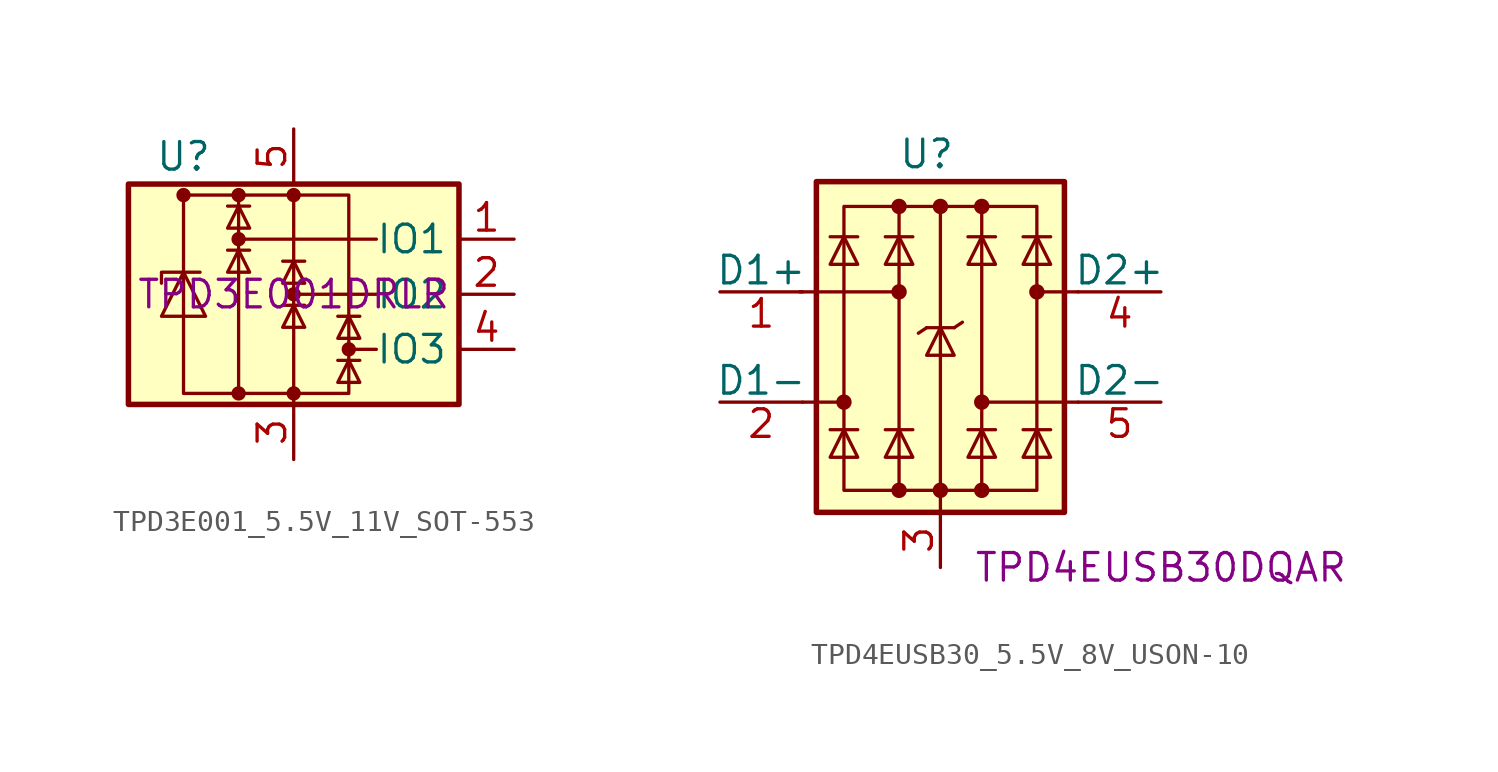
<source format=kicad_sym>
(kicad_symbol_lib
  (version 20211014)
  (generator kicad_symbol_editor)
  (symbol "TPD3E001_5.5V_11V_SOT-553"
    (property "Reference" "U"
      (at -5.08 6.35 0)
      (effects (font (size 1.27 1.27))))
    (property "Manufacturer Part Number" "TPD3E001DRLR"
      (at 0 0 0)
      (effects (font (size 1.27 1.27))))
    (symbol "TPD3E001_5.5V_11V_SOT-553_0_1"
      (rectangle (start -7.62 5.08) (end 7.62 -5.08) (stroke (width 0.254) (type default) (color 0 0 0 0)) (fill (type background)))
      (circle (center -5.08 4.572) (radius 0.254) (stroke (width 0) (type default) (color 0 0 0 0)) (fill (type outline)))
      (circle (center -2.54 -4.572) (radius 0.254) (stroke (width 0) (type default) (color 0 0 0 0)) (fill (type outline)))
      (circle (center -2.54 2.54) (radius 0.254) (stroke (width 0) (type default) (color 0 0 0 0)) (fill (type outline)))
      (circle (center -2.54 4.572) (radius 0.254) (stroke (width 0) (type default) (color 0 0 0 0)) (fill (type outline)))
      (circle (center 0 -4.572) (radius 0.254) (stroke (width 0) (type default) (color 0 0 0 0)) (fill (type outline)))
      (polyline (pts (xy -2.54 2.54) (xy 3.81 2.54)) (stroke (width 0) (type default) (color 0 0 0 0)) (fill (type none)))
      (polyline (pts (xy -2.54 4.572) (xy -2.54 -4.572)) (stroke (width 0) (type default) (color 0 0 0 0)) (fill (type none)))
      (polyline (pts (xy -2.032 2.032) (xy -3.048 2.032)) (stroke (width 0) (type default) (color 0 0 0 0)) (fill (type none)))
      (polyline (pts (xy -2.032 4.064) (xy -3.048 4.064)) (stroke (width 0) (type default) (color 0 0 0 0)) (fill (type none)))
      (polyline (pts (xy 0 -5.08) (xy 0 4.572)) (stroke (width 0) (type default) (color 0 0 0 0)) (fill (type none)))
      (polyline (pts (xy 0 0) (xy 3.81 0)) (stroke (width 0) (type default) (color 0 0 0 0)) (fill (type none)))
      (polyline (pts (xy 0.508 -0.508) (xy -0.508 -0.508)) (stroke (width 0) (type default) (color 0 0 0 0)) (fill (type none)))
      (polyline (pts (xy 0.508 1.524) (xy -0.508 1.524)) (stroke (width 0) (type default) (color 0 0 0 0)) (fill (type none)))
      (polyline (pts (xy 2.54 -2.54) (xy 3.81 -2.54)) (stroke (width 0) (type default) (color 0 0 0 0)) (fill (type none)))
      (polyline (pts (xy 3.048 -3.048) (xy 2.032 -3.048)) (stroke (width 0) (type default) (color 0 0 0 0)) (fill (type none)))
      (polyline (pts (xy 3.048 -1.016) (xy 2.032 -1.016)) (stroke (width 0) (type default) (color 0 0 0 0)) (fill (type none)))
      (polyline (pts (xy -4.318 1.016) (xy -6.096 1.016) (xy -6.096 0.508)) (stroke (width 0) (type default) (color 0 0 0 0)) (fill (type none)))
      (polyline (pts (xy -5.08 1.016) (xy -6.096 -1.016) (xy -4.064 -1.016) (xy -5.08 1.016)) (stroke (width 0) (type default) (color 0 0 0 0)) (fill (type none)))
      (polyline (pts (xy -2.54 2.032) (xy -3.048 1.016) (xy -2.032 1.016) (xy -2.54 2.032)) (stroke (width 0) (type default) (color 0 0 0 0)) (fill (type none)))
      (polyline (pts (xy -2.54 4.064) (xy -3.048 3.048) (xy -2.032 3.048) (xy -2.54 4.064)) (stroke (width 0) (type default) (color 0 0 0 0)) (fill (type none)))
      (polyline (pts (xy 0 -0.508) (xy -0.508 -1.524) (xy 0.508 -1.524) (xy 0 -0.508)) (stroke (width 0) (type default) (color 0 0 0 0)) (fill (type none)))
      (polyline (pts (xy 0 1.524) (xy -0.508 0.508) (xy 0.508 0.508) (xy 0 1.524)) (stroke (width 0) (type default) (color 0 0 0 0)) (fill (type none)))
      (polyline (pts (xy 2.54 -3.048) (xy 2.032 -4.064) (xy 3.048 -4.064) (xy 2.54 -3.048)) (stroke (width 0) (type default) (color 0 0 0 0)) (fill (type none)))
      (polyline (pts (xy 2.54 -1.016) (xy 2.032 -2.032) (xy 3.048 -2.032) (xy 2.54 -1.016)) (stroke (width 0) (type default) (color 0 0 0 0)) (fill (type none)))
      (circle (center 0 0) (radius 0.254) (stroke (width 0) (type default) (color 0 0 0 0)) (fill (type outline)))
      (circle (center 0 4.572) (radius 0.254) (stroke (width 0) (type default) (color 0 0 0 0)) (fill (type outline)))
      (rectangle (start 2.54 -4.572) (end -5.08 4.572) (stroke (width 0) (type default) (color 0 0 0 0)) (fill (type none)))
      (circle (center 2.54 -2.54) (radius 0.254) (stroke (width 0) (type default) (color 0 0 0 0)) (fill (type outline))))
    (symbol "TPD3E001_5.5V_11V_SOT-553_1_1"
      (pin passive line (at 10.16 2.54 180) (length 2.54) (name "IO1" (effects (font (size 1.27 1.27)))) (number "1" (effects (font (size 1.27 1.27)))))
      (pin passive line (at 10.16 0 180) (length 2.54) (name "IO2" (effects (font (size 1.27 1.27)))) (number "2" (effects (font (size 1.27 1.27)))))
      (pin passive line (at 0 -7.62 90) (length 2.54) (name "~" (effects (font (size 1.27 1.27)))) (number "3" (effects (font (size 1.27 1.27)))))
      (pin passive line (at 10.16 -2.54 180) (length 2.54) (name "IO3" (effects (font (size 1.27 1.27)))) (number "4" (effects (font (size 1.27 1.27)))))
      (pin passive line (at 0 7.62 270) (length 2.54) (name "~" (effects (font (size 1.27 1.27)))) (number "5" (effects (font (size 1.27 1.27)))))))
  (symbol "TPD4EUSB30_5.5V_8V_USON-10"
    (pin_names
      (offset 0))
    (property "Reference" "U"
      (at -0.635 8.89 0)
      (effects (font (size 1.27 1.27))))
    (property "Manufacturer Part Number" "TPD4EUSB30DQAR"
      (at 10.16 -10.16 0)
      (effects (font (size 1.27 1.27))))
    (symbol "TPD4EUSB30_5.5V_8V_USON-10_0_0"
      (rectangle (start -4.445 6.477) (end 4.445 -6.604) (stroke (width 0) (type default) (color 0 0 0 0)) (fill (type none)))
      (polyline (pts (xy -1.905 -6.604) (xy -1.905 6.477)) (stroke (width 0) (type default) (color 0 0 0 0)) (fill (type none)))
      (polyline (pts (xy 0 6.477) (xy 0 -6.604)) (stroke (width 0) (type default) (color 0 0 0 0)) (fill (type none)))
      (polyline (pts (xy 1.905 6.477) (xy 1.905 -6.604)) (stroke (width 0) (type default) (color 0 0 0 0)) (fill (type none))))
    (symbol "TPD4EUSB30_5.5V_8V_USON-10_0_1"
      (rectangle (start -5.715 7.62) (end 5.715 -7.62) (stroke (width 0.254) (type default) (color 0 0 0 0)) (fill (type background)))
      (circle (center -4.445 -2.54) (radius 0.279) (stroke (width 0) (type default) (color 0 0 0 0)) (fill (type outline)))
      (circle (center -1.905 -6.604) (radius 0.279) (stroke (width 0) (type default) (color 0 0 0 0)) (fill (type outline)))
      (circle (center -1.905 2.54) (radius 0.279) (stroke (width 0) (type default) (color 0 0 0 0)) (fill (type outline)))
      (circle (center -1.905 6.477) (radius 0.279) (stroke (width 0) (type default) (color 0 0 0 0)) (fill (type outline)))
      (circle (center 0 -6.604) (radius 0.279) (stroke (width 0) (type default) (color 0 0 0 0)) (fill (type outline)))
      (polyline (pts (xy -6.477 2.54) (xy -1.905 2.54)) (stroke (width 0) (type default) (color 0 0 0 0)) (fill (type none)))
      (polyline (pts (xy -6.35 -2.54) (xy -4.445 -2.54)) (stroke (width 0) (type default) (color 0 0 0 0)) (fill (type none)))
      (polyline (pts (xy -3.81 -3.81) (xy -5.08 -3.81)) (stroke (width 0) (type default) (color 0 0 0 0)) (fill (type none)))
      (polyline (pts (xy -3.81 5.08) (xy -5.08 5.08)) (stroke (width 0) (type default) (color 0 0 0 0)) (fill (type none)))
      (polyline (pts (xy -1.27 -3.81) (xy -2.54 -3.81)) (stroke (width 0) (type default) (color 0 0 0 0)) (fill (type none)))
      (polyline (pts (xy -1.27 5.08) (xy -2.54 5.08)) (stroke (width 0) (type default) (color 0 0 0 0)) (fill (type none)))
      (polyline (pts (xy -0.635 0.889) (xy -1.016 0.635)) (stroke (width 0) (type default) (color 0 0 0 0)) (fill (type none)))
      (polyline (pts (xy 0 -6.604) (xy 0 -7.62)) (stroke (width 0) (type default) (color 0 0 0 0)) (fill (type none)))
      (polyline (pts (xy 0.635 0.889) (xy -0.635 0.889)) (stroke (width 0) (type default) (color 0 0 0 0)) (fill (type none)))
      (polyline (pts (xy 0.635 0.889) (xy 1.016 1.143)) (stroke (width 0) (type default) (color 0 0 0 0)) (fill (type none)))
      (polyline (pts (xy 2.54 -3.81) (xy 1.27 -3.81)) (stroke (width 0) (type default) (color 0 0 0 0)) (fill (type none)))
      (polyline (pts (xy 2.54 5.08) (xy 1.27 5.08)) (stroke (width 0) (type default) (color 0 0 0 0)) (fill (type none)))
      (polyline (pts (xy 5.08 -3.81) (xy 3.81 -3.81)) (stroke (width 0) (type default) (color 0 0 0 0)) (fill (type none)))
      (polyline (pts (xy 5.08 5.08) (xy 3.81 5.08)) (stroke (width 0) (type default) (color 0 0 0 0)) (fill (type none)))
      (polyline (pts (xy 6.35 -2.54) (xy 1.905 -2.54)) (stroke (width 0) (type default) (color 0 0 0 0)) (fill (type none)))
      (polyline (pts (xy 6.35 2.54) (xy 4.445 2.54)) (stroke (width 0) (type default) (color 0 0 0 0)) (fill (type none)))
      (polyline (pts (xy -3.81 -5.08) (xy -5.08 -5.08) (xy -4.445 -3.81) (xy -3.81 -5.08)) (stroke (width 0) (type default) (color 0 0 0 0)) (fill (type none)))
      (polyline (pts (xy -3.81 3.81) (xy -5.08 3.81) (xy -4.445 5.08) (xy -3.81 3.81)) (stroke (width 0) (type default) (color 0 0 0 0)) (fill (type none)))
      (polyline (pts (xy -1.27 -5.08) (xy -2.54 -5.08) (xy -1.905 -3.81) (xy -1.27 -5.08)) (stroke (width 0) (type default) (color 0 0 0 0)) (fill (type none)))
      (polyline (pts (xy -1.27 3.81) (xy -2.54 3.81) (xy -1.905 5.08) (xy -1.27 3.81)) (stroke (width 0) (type default) (color 0 0 0 0)) (fill (type none)))
      (polyline (pts (xy 0.635 -0.381) (xy -0.635 -0.381) (xy 0 0.889) (xy 0.635 -0.381)) (stroke (width 0) (type default) (color 0 0 0 0)) (fill (type none)))
      (polyline (pts (xy 2.54 -5.08) (xy 1.27 -5.08) (xy 1.905 -3.81) (xy 2.54 -5.08)) (stroke (width 0) (type default) (color 0 0 0 0)) (fill (type none)))
      (polyline (pts (xy 2.54 3.81) (xy 1.27 3.81) (xy 1.905 5.08) (xy 2.54 3.81)) (stroke (width 0) (type default) (color 0 0 0 0)) (fill (type none)))
      (polyline (pts (xy 5.08 -5.08) (xy 3.81 -5.08) (xy 4.445 -3.81) (xy 5.08 -5.08)) (stroke (width 0) (type default) (color 0 0 0 0)) (fill (type none)))
      (polyline (pts (xy 5.08 3.81) (xy 3.81 3.81) (xy 4.445 5.08) (xy 5.08 3.81)) (stroke (width 0) (type default) (color 0 0 0 0)) (fill (type none)))
      (circle (center 0 6.477) (radius 0.279) (stroke (width 0) (type default) (color 0 0 0 0)) (fill (type outline)))
      (circle (center 1.905 -6.604) (radius 0.279) (stroke (width 0) (type default) (color 0 0 0 0)) (fill (type outline)))
      (circle (center 1.905 -2.54) (radius 0.279) (stroke (width 0) (type default) (color 0 0 0 0)) (fill (type outline)))
      (circle (center 1.905 6.477) (radius 0.279) (stroke (width 0) (type default) (color 0 0 0 0)) (fill (type outline)))
      (circle (center 4.445 2.54) (radius 0.279) (stroke (width 0) (type default) (color 0 0 0 0)) (fill (type outline))))
    (symbol "TPD4EUSB30_5.5V_8V_USON-10_1_1"
      (pin passive line (at -10.16 2.54 0) (length 3.81) (name "D1+" (effects (font (size 1.27 1.27)))) (number "1" (effects (font (size 1.27 1.27)))))
      (pin passive line (at -10.16 2.54 0) (length 3.81) hide (name "D1+" (effects (font (size 1.27 1.27)))) (number "10" (effects (font (size 1.27 1.27)))))
      (pin passive line (at -10.16 -2.54 0) (length 3.81) (name "D1-" (effects (font (size 1.27 1.27)))) (number "2" (effects (font (size 1.27 1.27)))))
      (pin power_in line (at 0 -10.16 90) (length 2.54) (name "~" (effects (font (size 1.27 1.27)))) (number "3" (effects (font (size 1.27 1.27)))))
      (pin passive line (at 10.16 2.54 180) (length 3.81) (name "D2+" (effects (font (size 1.27 1.27)))) (number "4" (effects (font (size 1.27 1.27)))))
      (pin passive line (at 10.16 -2.54 180) (length 3.81) (name "D2-" (effects (font (size 1.27 1.27)))) (number "5" (effects (font (size 1.27 1.27)))))
      (pin passive line (at 10.16 -2.54 180) (length 3.81) hide (name "D2-" (effects (font (size 1.27 1.27)))) (number "6" (effects (font (size 1.27 1.27)))))
      (pin passive line (at 10.16 2.54 180) (length 3.81) hide (name "D2+" (effects (font (size 1.27 1.27)))) (number "7" (effects (font (size 1.27 1.27)))))
      (pin passive line (at 0 -10.16 90) (length 2.54) hide (name "GND" (effects (font (size 1.27 1.27)))) (number "8" (effects (font (size 1.27 1.27)))))
      (pin passive line (at -10.16 -2.54 0) (length 3.81) hide (name "D1-" (effects (font (size 1.27 1.27)))) (number "9" (effects (font (size 1.27 1.27))))))))
</source>
